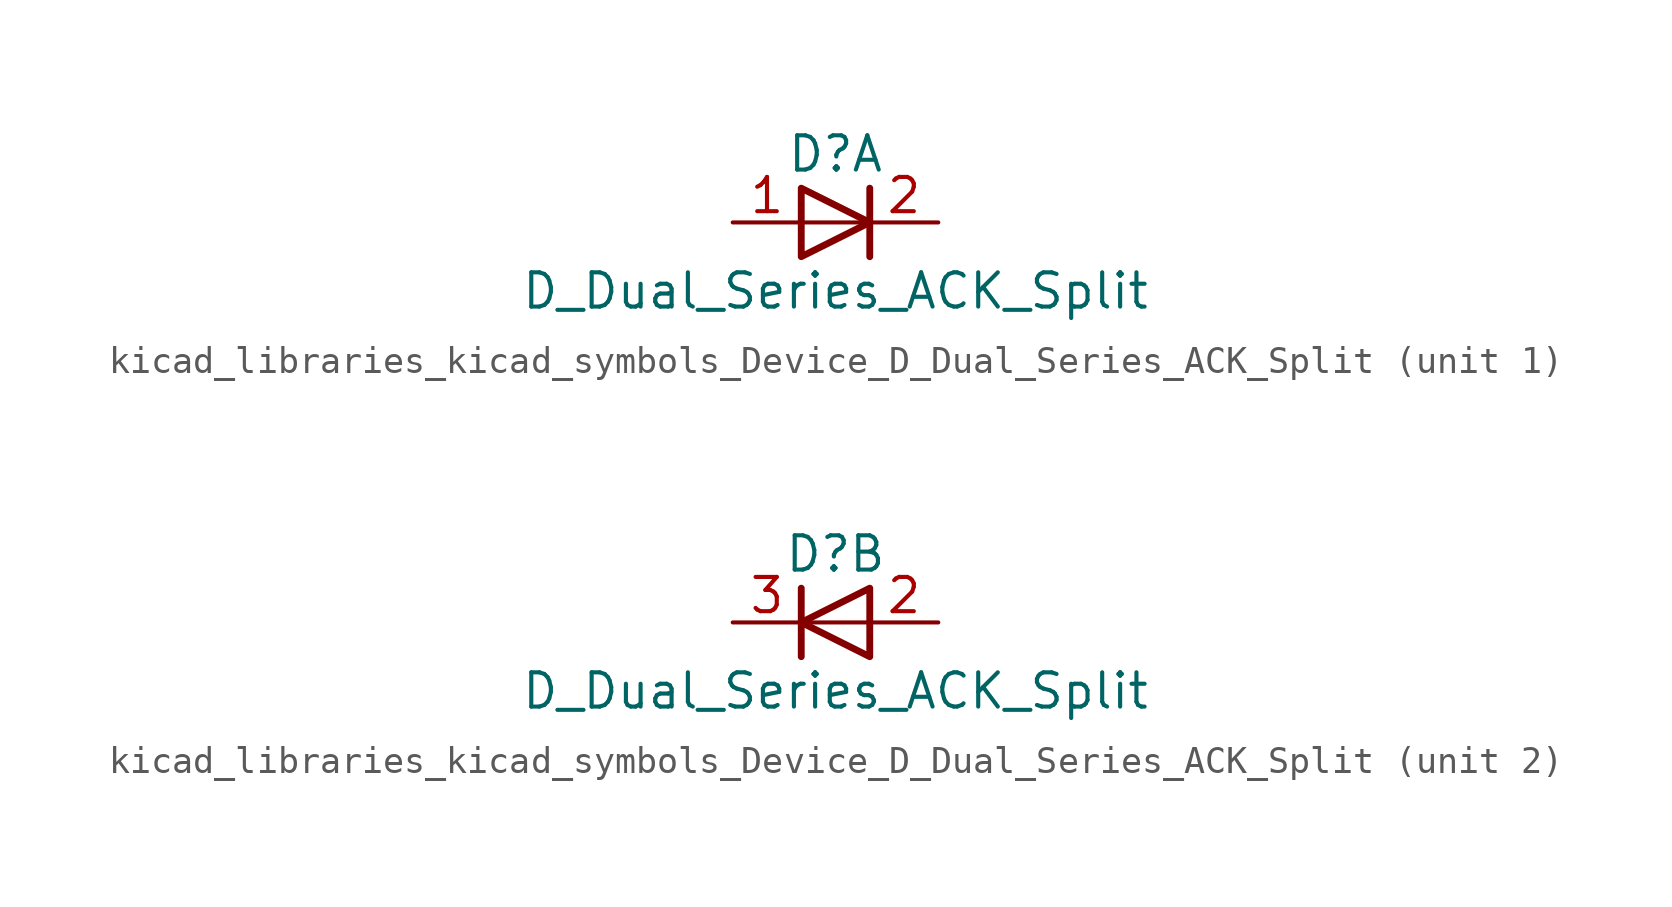
<source format=kicad_sym>
(kicad_symbol_lib
  (version 20220914)
  (generator kicad_symbol_editor)
  (symbol "kicad_libraries_kicad_symbols_Device_D_Dual_Series_ACK_Split"
    (pin_names
      (offset 0.762) hide)
    (property "Reference" "D"
      (at 0 2.54 0)
      (effects (font (size 1.27 1.27))))
    (property "Value" "D_Dual_Series_ACK_Split"
      (at 0 -2.54 0)
      (effects (font (size 1.27 1.27))))
    (property "ki_locked" ""
      (at 0 0 0)
      (effects (font (size 1.27 1.27))))
    (symbol "kicad_libraries_kicad_symbols_Device_D_Dual_Series_ACK_Split_0_1"
      (pin passive line (at 3.81 0 180) (length 2.54) (name "K" (effects (font (size 1.27 1.27)))) (number "2" (effects (font (size 1.27 1.27))))))
    (symbol "kicad_libraries_kicad_symbols_Device_D_Dual_Series_ACK_Split_1_0"
      (polyline (pts (xy 1.27 1.27) (xy 1.27 -1.27)) (stroke (width 0.254) (type default)) (fill (type none))))
    (symbol "kicad_libraries_kicad_symbols_Device_D_Dual_Series_ACK_Split_1_1"
      (polyline (pts (xy 1.27 0) (xy -1.27 0)) (stroke (width 0) (type default)) (fill (type none)))
      (polyline (pts (xy -1.27 1.27) (xy 1.27 0) (xy -1.27 -1.27) (xy -1.27 1.27) (xy -1.27 1.27) (xy -1.27 1.27)) (stroke (width 0.254) (type default)) (fill (type none)))
      (pin passive line (at -3.81 0 0) (length 2.54) (name "A" (effects (font (size 1.27 1.27)))) (number "1" (effects (font (size 1.27 1.27))))))
    (symbol "kicad_libraries_kicad_symbols_Device_D_Dual_Series_ACK_Split_2_0"
      (polyline (pts (xy -1.27 1.27) (xy -1.27 -1.27)) (stroke (width 0.254) (type default)) (fill (type none))))
    (symbol "kicad_libraries_kicad_symbols_Device_D_Dual_Series_ACK_Split_2_1"
      (polyline (pts (xy -1.27 0) (xy 1.27 0)) (stroke (width 0) (type default)) (fill (type none)))
      (polyline (pts (xy 1.27 1.27) (xy -1.27 0) (xy 1.27 -1.27) (xy 1.27 1.27) (xy 1.27 1.27) (xy 1.27 1.27)) (stroke (width 0.254) (type default)) (fill (type none)))
      (pin passive line (at -3.81 0 0) (length 2.54) (name "K" (effects (font (size 1.27 1.27)))) (number "3" (effects (font (size 1.27 1.27))))))))
</source>
